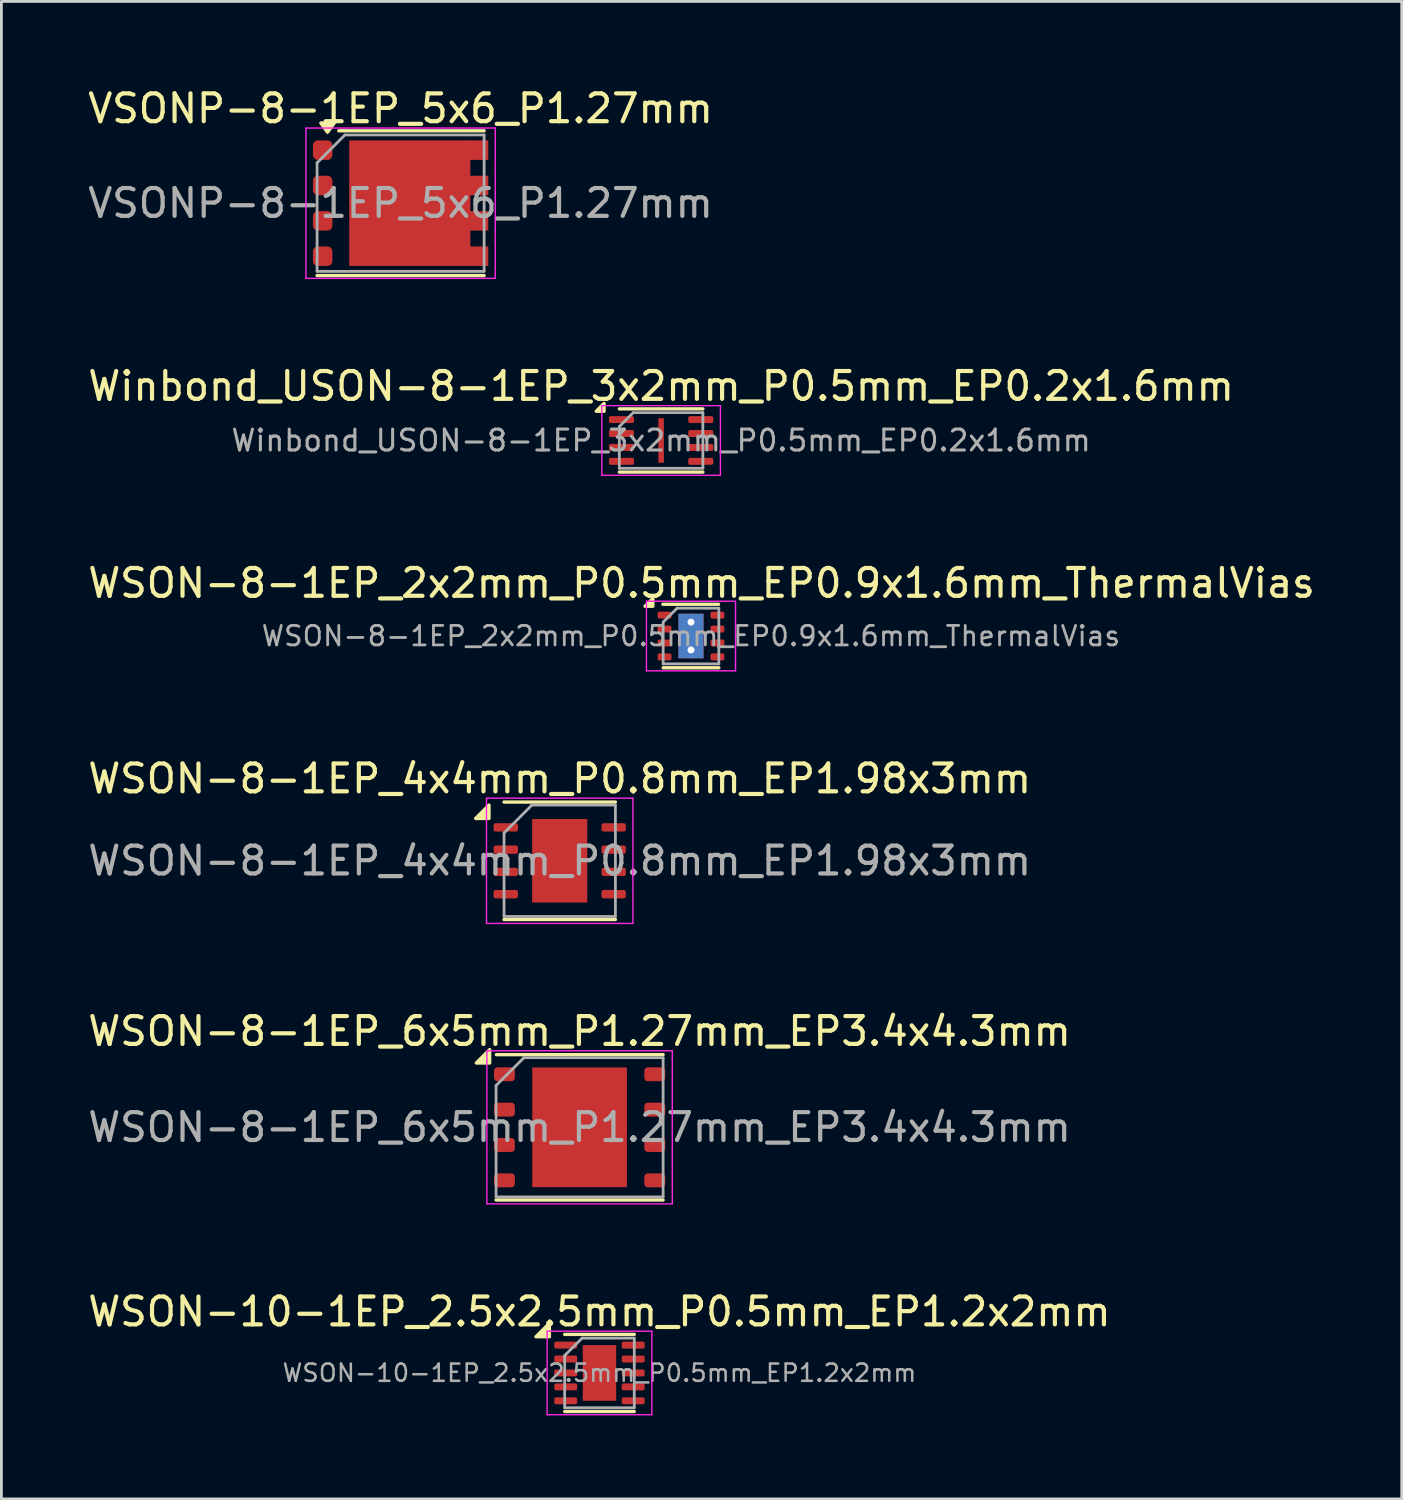
<source format=kicad_pcb>
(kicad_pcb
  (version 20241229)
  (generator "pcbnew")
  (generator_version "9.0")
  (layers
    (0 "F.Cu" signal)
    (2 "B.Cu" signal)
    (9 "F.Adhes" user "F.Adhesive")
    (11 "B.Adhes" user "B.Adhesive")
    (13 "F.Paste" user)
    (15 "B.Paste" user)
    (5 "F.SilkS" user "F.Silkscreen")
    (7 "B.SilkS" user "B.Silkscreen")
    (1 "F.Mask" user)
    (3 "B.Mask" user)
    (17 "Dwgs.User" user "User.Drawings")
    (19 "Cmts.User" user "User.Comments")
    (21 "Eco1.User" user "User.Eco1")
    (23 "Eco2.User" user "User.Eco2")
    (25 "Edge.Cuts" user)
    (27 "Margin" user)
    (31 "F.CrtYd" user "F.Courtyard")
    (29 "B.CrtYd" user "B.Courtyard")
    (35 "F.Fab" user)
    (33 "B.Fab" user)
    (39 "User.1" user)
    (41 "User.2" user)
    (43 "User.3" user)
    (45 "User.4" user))
  (footprint "WSON-10-1EP_2.5x2.5mm_P0.5mm_EP1.2x2mm"
    (layer "F.Cu")
    (at 18.482 46.264)
    (property "Reference" "WSON-10-1EP_2.5x2.5mm_P0.5mm_EP1.2x2mm" (at 0 -2.2 0) (layer "F.SilkS") (effects (font (size 1 1) (thickness 0.15))))
    (attr smd)
    (fp_line (start -1.25 -1.385) (end 1.25 -1.385) (stroke (width 0.12) (type solid)) (layer "F.SilkS"))
    (fp_line (start -1.25 1.385) (end 1.25 1.385) (stroke (width 0.12) (type solid)) (layer "F.SilkS"))
    (fp_poly (pts (xy -1.8 -1.3) (xy -2.28 -1.3) (xy -1.8 -1.78) (xy -1.8 -1.3)) (stroke (width 0.12) (type solid)) (fill yes) (layer "F.SilkS"))
    (fp_line (start -1.88 -1.5) (end -1.88 1.5) (stroke (width 0.05) (type solid)) (layer "F.CrtYd"))
    (fp_line (start -1.88 1.5) (end 1.88 1.5) (stroke (width 0.05) (type solid)) (layer "F.CrtYd"))
    (fp_line (start 1.88 -1.5) (end -1.88 -1.5) (stroke (width 0.05) (type solid)) (layer "F.CrtYd"))
    (fp_line (start 1.88 1.5) (end 1.88 -1.5) (stroke (width 0.05) (type solid)) (layer "F.CrtYd"))
    (fp_line (start -1.25 -0.625) (end -0.625 -1.25) (stroke (width 0.1) (type solid)) (layer "F.Fab"))
    (fp_line (start -1.25 1.25) (end -1.25 -0.625) (stroke (width 0.1) (type solid)) (layer "F.Fab"))
    (fp_line (start -0.625 -1.25) (end 1.25 -1.25) (stroke (width 0.1) (type solid)) (layer "F.Fab"))
    (fp_line (start 1.25 -1.25) (end 1.25 1.25) (stroke (width 0.1) (type solid)) (layer "F.Fab"))
    (fp_line (start 1.25 1.25) (end -1.25 1.25) (stroke (width 0.1) (type solid)) (layer "F.Fab"))
    (fp_text user "${REFERENCE}" (at 0 0 0) (layer "F.Fab") (effects (font (size 0.62 0.62) (thickness 0.09))))
    (pad "" smd roundrect (at -0.3 -0.5) (size 0.48 0.81) (layers "F.Paste") (roundrect_rratio 0.25))
    (pad "" smd roundrect (at -0.3 0.5) (size 0.48 0.81) (layers "F.Paste") (roundrect_rratio 0.25))
    (pad "" smd roundrect (at 0.3 -0.5) (size 0.48 0.81) (layers "F.Paste") (roundrect_rratio 0.25))
    (pad "" smd roundrect (at 0.3 0.5) (size 0.48 0.81) (layers "F.Paste") (roundrect_rratio 0.25))
    (pad "1" smd roundrect (at -1.212 -1) (size 0.825 0.25) (layers "F.Cu" "F.Mask" "F.Paste") (roundrect_rratio 0.25))
    (pad "2" smd roundrect (at -1.212 -0.5) (size 0.825 0.25) (layers "F.Cu" "F.Mask" "F.Paste") (roundrect_rratio 0.25))
    (pad "3" smd roundrect (at -1.212 0) (size 0.825 0.25) (layers "F.Cu" "F.Mask" "F.Paste") (roundrect_rratio 0.25))
    (pad "4" smd roundrect (at -1.212 0.5) (size 0.825 0.25) (layers "F.Cu" "F.Mask" "F.Paste") (roundrect_rratio 0.25))
    (pad "5" smd roundrect (at -1.212 1) (size 0.825 0.25) (layers "F.Cu" "F.Mask" "F.Paste") (roundrect_rratio 0.25))
    (pad "6" smd roundrect (at 1.212 1) (size 0.825 0.25) (layers "F.Cu" "F.Mask" "F.Paste") (roundrect_rratio 0.25))
    (pad "7" smd roundrect (at 1.212 0.5) (size 0.825 0.25) (layers "F.Cu" "F.Mask" "F.Paste") (roundrect_rratio 0.25))
    (pad "8" smd roundrect (at 1.212 0) (size 0.825 0.25) (layers "F.Cu" "F.Mask" "F.Paste") (roundrect_rratio 0.25))
    (pad "9" smd roundrect (at 1.212 -0.5) (size 0.825 0.25) (layers "F.Cu" "F.Mask" "F.Paste") (roundrect_rratio 0.25))
    (pad "10" smd roundrect (at 1.212 -1) (size 0.825 0.25) (layers "F.Cu" "F.Mask" "F.Paste") (roundrect_rratio 0.25))
    (pad "11" smd rect (at 0 0) (size 1.2 2) (property pad_prop_heatsink) (layers "F.Cu" "F.Mask")))
  (footprint "VSONP-8-1EP_5x6_P1.27mm"
    (layer "F.Cu")
    (at 11.339 4.248)
    (property "Reference" "VSONP-8-1EP_5x6_P1.27mm" (at 0 -3.4 0) (layer "F.SilkS") (effects (font (size 1 1) (thickness 0.15))))
    (attr smd)
    (fp_line (start 3 -2.6) (end -2.22 -2.6) (stroke (width 0.12) (type solid)) (layer "F.SilkS"))
    (fp_line (start 3 2.6) (end -3 2.6) (stroke (width 0.12) (type solid)) (layer "F.SilkS"))
    (fp_poly (pts (xy -2.624 -2.549) (xy -2.864 -2.879) (xy -2.384 -2.879) (xy -2.624 -2.549)) (stroke (width 0.12) (type solid)) (fill yes) (layer "F.SilkS"))
    (fp_line (start -3.4 -2.7) (end 3.4 -2.7) (stroke (width 0.05) (type solid)) (layer "F.CrtYd"))
    (fp_line (start -3.4 2.7) (end -3.4 -2.7) (stroke (width 0.05) (type solid)) (layer "F.CrtYd"))
    (fp_line (start 3.4 -2.7) (end 3.4 2.7) (stroke (width 0.05) (type solid)) (layer "F.CrtYd"))
    (fp_line (start 3.4 2.7) (end -3.4 2.7) (stroke (width 0.05) (type solid)) (layer "F.CrtYd"))
    (fp_line (start -3 -1.45) (end -3 2.45) (stroke (width 0.1) (type solid)) (layer "F.Fab"))
    (fp_line (start -2 -2.45) (end -3 -1.45) (stroke (width 0.1) (type solid)) (layer "F.Fab"))
    (fp_line (start -2 -2.45) (end 3 -2.45) (stroke (width 0.1) (type solid)) (layer "F.Fab"))
    (fp_line (start 3 -2.45) (end 3 2.45) (stroke (width 0.1) (type solid)) (layer "F.Fab"))
    (fp_line (start 3 2.45) (end -3 2.45) (stroke (width 0.1) (type solid)) (layer "F.Fab"))
    (fp_text user "${REFERENCE}" (at 0 0 0) (layer "F.Fab") (effects (font (size 1 1) (thickness 0.15))))
    (pad "" smd rect (at -0.797 -1.095) (size 1.235 1.57) (layers "F.Paste"))
    (pad "" smd rect (at -0.797 1.095) (size 1.235 1.57) (layers "F.Paste"))
    (pad "" smd rect (at 1.113 -1.095) (size 1.585 1.57) (layers "F.Paste"))
    (pad "" smd rect (at 1.113 1.095) (size 1.585 1.57) (layers "F.Paste"))
    (pad "1" smd roundrect (at -2.8 -1.905) (size 0.7 0.7) (layers "F.Cu" "F.Mask" "F.Paste") (roundrect_rratio 0.25))
    (pad "1" smd roundrect (at -2.8 -0.635) (size 0.7 0.7) (layers "F.Cu" "F.Mask" "F.Paste") (roundrect_rratio 0.25))
    (pad "1" smd roundrect (at -2.8 0.635) (size 0.7 0.7) (layers "F.Cu" "F.Mask" "F.Paste") (roundrect_rratio 0.25))
    (pad "2" smd roundrect (at -2.8 1.905) (size 0.7 0.7) (layers "F.Cu" "F.Mask" "F.Paste") (roundrect_rratio 0.25))
    (pad "3" smd rect (at 0.33 0) (size 4.35 4.51) (layers "F.Cu" "F.Mask"))
    (pad "3" smd rect (at 2.8 -1.905) (size 0.7 0.7) (layers "F.Cu" "F.Mask" "F.Paste"))
    (pad "3" smd rect (at 2.8 -0.635) (size 0.7 0.7) (layers "F.Cu" "F.Mask" "F.Paste"))
    (pad "3" smd rect (at 2.8 0.635) (size 0.7 0.7) (layers "F.Cu" "F.Mask" "F.Paste"))
    (pad "3" smd rect (at 2.8 1.905) (size 0.7 0.7) (layers "F.Cu" "F.Mask" "F.Paste")))
  (footprint "Winbond_USON-8-1EP_3x2mm_P0.5mm_EP0.2x1.6mm"
    (layer "F.Cu")
    (at 20.696 12.771)
    (property "Reference" "Winbond_USON-8-1EP_3x2mm_P0.5mm_EP0.2x1.6mm" (at 0 -1.95 0) (layer "F.SilkS") (effects (font (size 1 1) (thickness 0.15))))
    (attr smd)
    (fp_line (start -1.5 -1.135) (end 1.5 -1.135) (stroke (width 0.12) (type solid)) (layer "F.SilkS"))
    (fp_line (start -1.5 1.135) (end 1.5 1.135) (stroke (width 0.12) (type solid)) (layer "F.SilkS"))
    (fp_poly (pts (xy -2.05 -1.05) (xy -2.33 -1.05) (xy -2.05 -1.33) (xy -2.05 -1.05)) (stroke (width 0.12) (type solid)) (fill yes) (layer "F.SilkS"))
    (fp_line (start -2.13 -1.25) (end -2.13 1.25) (stroke (width 0.05) (type solid)) (layer "F.CrtYd"))
    (fp_line (start -2.13 1.25) (end 2.13 1.25) (stroke (width 0.05) (type solid)) (layer "F.CrtYd"))
    (fp_line (start 2.13 -1.25) (end -2.13 -1.25) (stroke (width 0.05) (type solid)) (layer "F.CrtYd"))
    (fp_line (start 2.13 1.25) (end 2.13 -1.25) (stroke (width 0.05) (type solid)) (layer "F.CrtYd"))
    (fp_line (start -1.5 -0.5) (end -1 -1) (stroke (width 0.1) (type solid)) (layer "F.Fab"))
    (fp_line (start -1.5 1) (end -1.5 -0.5) (stroke (width 0.1) (type solid)) (layer "F.Fab"))
    (fp_line (start -1 -1) (end 1.5 -1) (stroke (width 0.1) (type solid)) (layer "F.Fab"))
    (fp_line (start 1.5 -1) (end 1.5 1) (stroke (width 0.1) (type solid)) (layer "F.Fab"))
    (fp_line (start 1.5 1) (end -1.5 1) (stroke (width 0.1) (type solid)) (layer "F.Fab"))
    (fp_text user "${REFERENCE}" (at 0 0 0) (layer "F.Fab") (effects (font (size 0.75 0.75) (thickness 0.11))))
    (pad "" smd roundrect (at 0 0) (size 0.16 1.29) (layers "F.Paste") (roundrect_rratio 0.25))
    (pad "1" smd roundrect (at -1.425 -0.75) (size 0.9 0.25) (layers "F.Cu" "F.Mask" "F.Paste") (roundrect_rratio 0.25))
    (pad "2" smd roundrect (at -1.425 -0.25) (size 0.9 0.25) (layers "F.Cu" "F.Mask" "F.Paste") (roundrect_rratio 0.25))
    (pad "3" smd roundrect (at -1.425 0.25) (size 0.9 0.25) (layers "F.Cu" "F.Mask" "F.Paste") (roundrect_rratio 0.25))
    (pad "4" smd roundrect (at -1.425 0.75) (size 0.9 0.25) (layers "F.Cu" "F.Mask" "F.Paste") (roundrect_rratio 0.25))
    (pad "5" smd roundrect (at 1.425 0.75) (size 0.9 0.25) (layers "F.Cu" "F.Mask" "F.Paste") (roundrect_rratio 0.25))
    (pad "6" smd roundrect (at 1.425 0.25) (size 0.9 0.25) (layers "F.Cu" "F.Mask" "F.Paste") (roundrect_rratio 0.25))
    (pad "7" smd roundrect (at 1.425 -0.25) (size 0.9 0.25) (layers "F.Cu" "F.Mask" "F.Paste") (roundrect_rratio 0.25))
    (pad "8" smd roundrect (at 1.425 -0.75) (size 0.9 0.25) (layers "F.Cu" "F.Mask" "F.Paste") (roundrect_rratio 0.25))
    (pad "9" smd rect (at 0 0) (size 0.2 1.6) (property pad_prop_heatsink) (layers "F.Cu" "F.Mask")))
  (footprint "WSON-8-1EP_6x5mm_P1.27mm_EP3.4x4.3mm"
    (layer "F.Cu")
    (at 17.768 37.441)
    (property "Reference" "WSON-8-1EP_6x5mm_P1.27mm_EP3.4x4.3mm" (at 0 -3.45 0) (layer "F.SilkS") (effects (font (size 1 1) (thickness 0.15))))
    (attr smd)
    (fp_line (start -3 2.61) (end 3 2.61) (stroke (width 0.12) (type solid)) (layer "F.SilkS"))
    (fp_line (start -2.99 -2.61) (end 3 -2.61) (stroke (width 0.12) (type solid)) (layer "F.SilkS"))
    (fp_poly (pts (xy -3.23 -2.31) (xy -3.71 -2.31) (xy -3.23 -2.79) (xy -3.23 -2.31)) (stroke (width 0.12) (type solid)) (fill yes) (layer "F.SilkS"))
    (fp_line (start -3.33 -2.75) (end -3.33 2.75) (stroke (width 0.05) (type solid)) (layer "F.CrtYd"))
    (fp_line (start -3.33 2.75) (end 3.33 2.75) (stroke (width 0.05) (type solid)) (layer "F.CrtYd"))
    (fp_line (start 3.33 -2.75) (end -3.33 -2.75) (stroke (width 0.05) (type solid)) (layer "F.CrtYd"))
    (fp_line (start 3.33 2.75) (end 3.33 -2.75) (stroke (width 0.05) (type solid)) (layer "F.CrtYd"))
    (fp_line (start -3 -1.5) (end -2 -2.5) (stroke (width 0.1) (type solid)) (layer "F.Fab"))
    (fp_line (start -3 2.5) (end -3 -1.5) (stroke (width 0.1) (type solid)) (layer "F.Fab"))
    (fp_line (start -2 -2.5) (end 3 -2.5) (stroke (width 0.1) (type solid)) (layer "F.Fab"))
    (fp_line (start 3 -2.5) (end 3 2.5) (stroke (width 0.1) (type solid)) (layer "F.Fab"))
    (fp_line (start 3 2.5) (end -3 2.5) (stroke (width 0.1) (type solid)) (layer "F.Fab"))
    (fp_text user "${REFERENCE}" (at 0 0 0) (layer "F.Fab") (effects (font (size 1 1) (thickness 0.15))))
    (pad "" smd roundrect (at -0.85 -1.075) (size 1.37 1.73) (layers "F.Paste") (roundrect_rratio 0.182))
    (pad "" smd roundrect (at -0.85 1.075) (size 1.37 1.73) (layers "F.Paste") (roundrect_rratio 0.182))
    (pad "" smd roundrect (at 0.85 -1.075) (size 1.37 1.73) (layers "F.Paste") (roundrect_rratio 0.182))
    (pad "" smd roundrect (at 0.85 1.075) (size 1.37 1.73) (layers "F.Paste") (roundrect_rratio 0.182))
    (pad "1" smd roundrect (at -2.7 -1.905) (size 0.75 0.5) (layers "F.Cu" "F.Mask" "F.Paste") (roundrect_rratio 0.25))
    (pad "2" smd roundrect (at -2.7 -0.635) (size 0.75 0.5) (layers "F.Cu" "F.Mask" "F.Paste") (roundrect_rratio 0.25))
    (pad "3" smd roundrect (at -2.7 0.635) (size 0.75 0.5) (layers "F.Cu" "F.Mask" "F.Paste") (roundrect_rratio 0.25))
    (pad "4" smd roundrect (at -2.7 1.905) (size 0.75 0.5) (layers "F.Cu" "F.Mask" "F.Paste") (roundrect_rratio 0.25))
    (pad "5" smd roundrect (at 2.7 1.905) (size 0.75 0.5) (layers "F.Cu" "F.Mask" "F.Paste") (roundrect_rratio 0.25))
    (pad "6" smd roundrect (at 2.7 0.635) (size 0.75 0.5) (layers "F.Cu" "F.Mask" "F.Paste") (roundrect_rratio 0.25))
    (pad "7" smd roundrect (at 2.7 -0.635) (size 0.75 0.5) (layers "F.Cu" "F.Mask" "F.Paste") (roundrect_rratio 0.25))
    (pad "8" smd roundrect (at 2.7 -1.905) (size 0.75 0.5) (layers "F.Cu" "F.Mask" "F.Paste") (roundrect_rratio 0.25))
    (pad "9" smd rect (at 0 0) (size 3.4 4.3) (property pad_prop_heatsink) (layers "F.Cu" "F.Mask")))
  (footprint "WSON-8-1EP_2x2mm_P0.5mm_EP0.9x1.6mm_ThermalVias"
    (layer "F.Cu")
    (at 21.769 19.795)
    (property "Reference" "WSON-8-1EP_2x2mm_P0.5mm_EP0.9x1.6mm_ThermalVias" (at 0.38 -1.9 0) (layer "F.SilkS") (effects (font (size 1 1) (thickness 0.15))))
    (attr smd)
    (fp_line (start -1.01 -1.14) (end 0.99 -1.14) (stroke (width 0.12) (type solid)) (layer "F.SilkS"))
    (fp_line (start -1 1.14) (end 1 1.14) (stroke (width 0.12) (type solid)) (layer "F.SilkS"))
    (fp_poly (pts (xy -1.37 -1.07) (xy -1.65 -1.07) (xy -1.37 -1.35) (xy -1.37 -1.07)) (stroke (width 0.12) (type solid)) (fill yes) (layer "F.SilkS"))
    (fp_line (start -1.6 -1.25) (end -1.6 1.25) (stroke (width 0.05) (type solid)) (layer "F.CrtYd"))
    (fp_line (start -1.6 -1.25) (end 1.6 -1.25) (stroke (width 0.05) (type solid)) (layer "F.CrtYd"))
    (fp_line (start -1.6 1.25) (end 1.6 1.25) (stroke (width 0.05) (type solid)) (layer "F.CrtYd"))
    (fp_line (start 1.6 -1.25) (end 1.6 1.25) (stroke (width 0.05) (type solid)) (layer "F.CrtYd"))
    (fp_line (start -1 1) (end -1 -0.5) (stroke (width 0.1) (type solid)) (layer "F.Fab"))
    (fp_line (start -0.5 -1) (end -1 -0.5) (stroke (width 0.1) (type solid)) (layer "F.Fab"))
    (fp_line (start -0.5 -1) (end 1 -1) (stroke (width 0.1) (type solid)) (layer "F.Fab"))
    (fp_line (start 1 -1) (end 1 1) (stroke (width 0.1) (type solid)) (layer "F.Fab"))
    (fp_line (start 1 1) (end -1 1) (stroke (width 0.1) (type solid)) (layer "F.Fab"))
    (fp_text user "${REFERENCE}" (at 0 0 0) (layer "F.Fab") (effects (font (size 0.7 0.7) (thickness 0.1))))
    (pad "" smd rect (at 0 -0.4) (size 0.75 0.65) (layers "F.Paste"))
    (pad "" smd rect (at 0 0.4) (size 0.75 0.65) (layers "F.Paste"))
    (pad "1" smd roundrect (at -0.95 -0.75) (size 0.5 0.25) (layers "F.Cu" "F.Mask" "F.Paste") (roundrect_rratio 0.25))
    (pad "2" smd roundrect (at -0.95 -0.25) (size 0.5 0.25) (layers "F.Cu" "F.Mask" "F.Paste") (roundrect_rratio 0.25))
    (pad "3" smd roundrect (at -0.95 0.25) (size 0.5 0.25) (layers "F.Cu" "F.Mask" "F.Paste") (roundrect_rratio 0.25))
    (pad "4" smd roundrect (at -0.95 0.75) (size 0.5 0.25) (layers "F.Cu" "F.Mask" "F.Paste") (roundrect_rratio 0.25))
    (pad "5" smd roundrect (at 0.95 0.75) (size 0.5 0.25) (layers "F.Cu" "F.Mask" "F.Paste") (roundrect_rratio 0.25))
    (pad "6" smd roundrect (at 0.95 0.25) (size 0.5 0.25) (layers "F.Cu" "F.Mask" "F.Paste") (roundrect_rratio 0.25))
    (pad "7" smd roundrect (at 0.95 -0.25) (size 0.5 0.25) (layers "F.Cu" "F.Mask" "F.Paste") (roundrect_rratio 0.25))
    (pad "8" smd roundrect (at 0.95 -0.75) (size 0.5 0.25) (layers "F.Cu" "F.Mask" "F.Paste") (roundrect_rratio 0.25))
    (pad "9" thru_hole circle (at 0 -0.5) (size 0.6 0.6) (drill 0.25) (layers "*.Cu"))
    (pad "9" smd rect (at 0 0) (size 0.9 1.6) (layers "F.Cu" "F.Mask"))
    (pad "9" smd rect (at 0 0) (size 0.9 1.6) (layers "B.Cu"))
    (pad "9" thru_hole circle (at 0 0.5) (size 0.6 0.6) (drill 0.25) (layers "*.Cu")))
  (footprint "WSON-8-1EP_4x4mm_P0.8mm_EP1.98x3mm"
    (layer "F.Cu")
    (at 17.054 27.868)
    (property "Reference" "WSON-8-1EP_4x4mm_P0.8mm_EP1.98x3mm" (at 0 -2.95 0) (layer "F.SilkS") (effects (font (size 1 1) (thickness 0.15))))
    (attr smd)
    (fp_line (start -2 -2.11) (end 2 -2.11) (stroke (width 0.12) (type solid)) (layer "F.SilkS"))
    (fp_line (start -2 2.11) (end 2 2.11) (stroke (width 0.12) (type solid)) (layer "F.SilkS"))
    (fp_poly (pts (xy -2.54 -1.52) (xy -3.02 -1.52) (xy -2.54 -2) (xy -2.54 -1.52)) (stroke (width 0.12) (type solid)) (fill yes) (layer "F.SilkS"))
    (fp_line (start -2.63 -2.25) (end -2.63 2.25) (stroke (width 0.05) (type solid)) (layer "F.CrtYd"))
    (fp_line (start -2.63 2.25) (end 2.63 2.25) (stroke (width 0.05) (type solid)) (layer "F.CrtYd"))
    (fp_line (start 2.63 -2.25) (end -2.63 -2.25) (stroke (width 0.05) (type solid)) (layer "F.CrtYd"))
    (fp_line (start 2.63 2.25) (end 2.63 -2.25) (stroke (width 0.05) (type solid)) (layer "F.CrtYd"))
    (fp_line (start -2 -1) (end -1 -2) (stroke (width 0.1) (type solid)) (layer "F.Fab"))
    (fp_line (start -2 2) (end -2 -1) (stroke (width 0.1) (type solid)) (layer "F.Fab"))
    (fp_line (start -1 -2) (end 2 -2) (stroke (width 0.1) (type solid)) (layer "F.Fab"))
    (fp_line (start 2 -2) (end 2 2) (stroke (width 0.1) (type solid)) (layer "F.Fab"))
    (fp_line (start 2 2) (end -2 2) (stroke (width 0.1) (type solid)) (layer "F.Fab"))
    (fp_text user "${REFERENCE}" (at 0 0 0) (layer "F.Fab") (effects (font (size 1 1) (thickness 0.15))))
    (pad "" smd roundrect (at -0.495 -0.75) (size 0.8 1.21) (layers "F.Paste") (roundrect_rratio 0.25))
    (pad "" smd roundrect (at -0.495 0.75) (size 0.8 1.21) (layers "F.Paste") (roundrect_rratio 0.25))
    (pad "" smd roundrect (at 0.495 -0.75) (size 0.8 1.21) (layers "F.Paste") (roundrect_rratio 0.25))
    (pad "" smd roundrect (at 0.495 0.75) (size 0.8 1.21) (layers "F.Paste") (roundrect_rratio 0.25))
    (pad "1" smd roundrect (at -1.938 -1.2) (size 0.875 0.3) (layers "F.Cu" "F.Mask" "F.Paste") (roundrect_rratio 0.25))
    (pad "2" smd roundrect (at -1.938 -0.4) (size 0.875 0.3) (layers "F.Cu" "F.Mask" "F.Paste") (roundrect_rratio 0.25))
    (pad "3" smd roundrect (at -1.938 0.4) (size 0.875 0.3) (layers "F.Cu" "F.Mask" "F.Paste") (roundrect_rratio 0.25))
    (pad "4" smd roundrect (at -1.938 1.2) (size 0.875 0.3) (layers "F.Cu" "F.Mask" "F.Paste") (roundrect_rratio 0.25))
    (pad "5" smd roundrect (at 1.938 1.2) (size 0.875 0.3) (layers "F.Cu" "F.Mask" "F.Paste") (roundrect_rratio 0.25))
    (pad "6" smd roundrect (at 1.938 0.4) (size 0.875 0.3) (layers "F.Cu" "F.Mask" "F.Paste") (roundrect_rratio 0.25))
    (pad "7" smd roundrect (at 1.938 -0.4) (size 0.875 0.3) (layers "F.Cu" "F.Mask" "F.Paste") (roundrect_rratio 0.25))
    (pad "8" smd roundrect (at 1.938 -1.2) (size 0.875 0.3) (layers "F.Cu" "F.Mask" "F.Paste") (roundrect_rratio 0.25))
    (pad "9" smd rect (at 0 0) (size 1.98 3) (property pad_prop_heatsink) (layers "F.Cu" "F.Mask")))
  (gr_rect
    (start -3 -3)
    (end 47.298 50.789)
    (stroke (width 0.1) (type default))
    (fill no)
    (layer "Edge.Cuts")))
</source>
